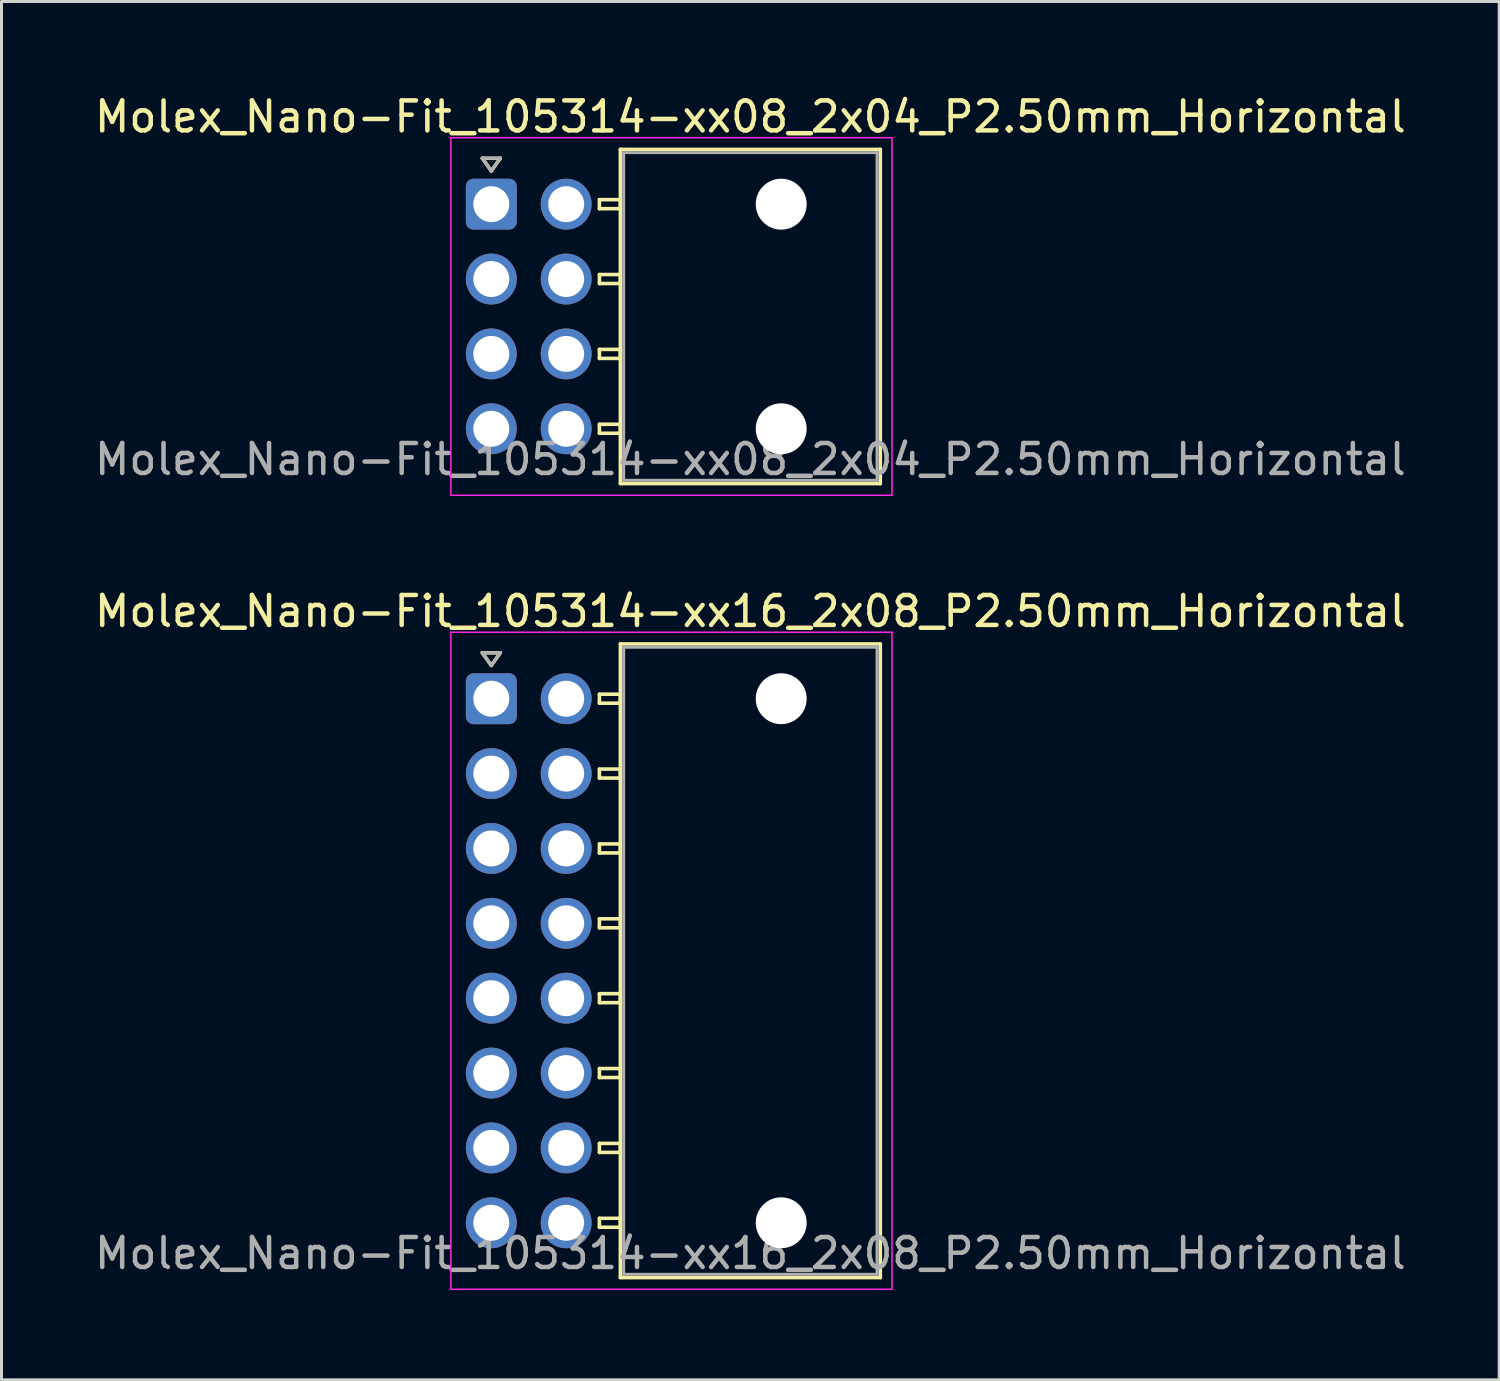
<source format=kicad_pcb>
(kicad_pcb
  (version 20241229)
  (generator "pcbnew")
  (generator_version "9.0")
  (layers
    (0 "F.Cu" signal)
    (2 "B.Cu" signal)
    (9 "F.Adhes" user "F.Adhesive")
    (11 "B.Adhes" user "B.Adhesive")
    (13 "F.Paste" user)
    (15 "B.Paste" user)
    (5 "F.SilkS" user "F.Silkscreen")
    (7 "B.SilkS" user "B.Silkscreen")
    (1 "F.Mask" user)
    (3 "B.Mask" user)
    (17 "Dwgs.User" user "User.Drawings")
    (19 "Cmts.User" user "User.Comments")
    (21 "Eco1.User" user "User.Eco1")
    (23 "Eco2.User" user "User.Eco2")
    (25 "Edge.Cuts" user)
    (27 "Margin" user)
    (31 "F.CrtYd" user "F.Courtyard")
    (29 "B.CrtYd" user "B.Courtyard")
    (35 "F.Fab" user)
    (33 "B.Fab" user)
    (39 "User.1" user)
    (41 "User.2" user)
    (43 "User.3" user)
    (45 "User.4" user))
  (footprint "Molex_Nano-Fit_105314-xx16_2x08_P2.50mm_Horizontal"
    (layer "F.Cu")
    (at 13.356 20.282)
    (property "Reference" "Molex_Nano-Fit_105314-xx16_2x08_P2.50mm_Horizontal" (at 8.65 -2.92 0) (layer "F.SilkS") (effects (font (size 1 1) (thickness 0.15))))
    (attr through_hole)
    (fp_line (start -0.3 -1.534) (end 0 -1.11) (stroke (width 0.12) (type solid)) (layer "F.SilkS"))
    (fp_line (start 0 -1.11) (end 0.3 -1.534) (stroke (width 0.12) (type solid)) (layer "F.SilkS"))
    (fp_line (start 0.3 -1.534) (end -0.3 -1.534) (stroke (width 0.12) (type solid)) (layer "F.SilkS"))
    (fp_line (start 3.61 -0.15) (end 3.61 0.15) (stroke (width 0.12) (type solid)) (layer "F.SilkS"))
    (fp_line (start 3.61 0.15) (end 4.31 0.15) (stroke (width 0.12) (type solid)) (layer "F.SilkS"))
    (fp_line (start 3.61 2.35) (end 3.61 2.65) (stroke (width 0.12) (type solid)) (layer "F.SilkS"))
    (fp_line (start 3.61 2.65) (end 4.31 2.65) (stroke (width 0.12) (type solid)) (layer "F.SilkS"))
    (fp_line (start 3.61 4.85) (end 3.61 5.15) (stroke (width 0.12) (type solid)) (layer "F.SilkS"))
    (fp_line (start 3.61 5.15) (end 4.31 5.15) (stroke (width 0.12) (type solid)) (layer "F.SilkS"))
    (fp_line (start 3.61 7.35) (end 3.61 7.65) (stroke (width 0.12) (type solid)) (layer "F.SilkS"))
    (fp_line (start 3.61 7.65) (end 4.31 7.65) (stroke (width 0.12) (type solid)) (layer "F.SilkS"))
    (fp_line (start 3.61 9.85) (end 3.61 10.15) (stroke (width 0.12) (type solid)) (layer "F.SilkS"))
    (fp_line (start 3.61 10.15) (end 4.31 10.15) (stroke (width 0.12) (type solid)) (layer "F.SilkS"))
    (fp_line (start 3.61 12.35) (end 3.61 12.65) (stroke (width 0.12) (type solid)) (layer "F.SilkS"))
    (fp_line (start 3.61 12.65) (end 4.31 12.65) (stroke (width 0.12) (type solid)) (layer "F.SilkS"))
    (fp_line (start 3.61 14.85) (end 3.61 15.15) (stroke (width 0.12) (type solid)) (layer "F.SilkS"))
    (fp_line (start 3.61 15.15) (end 4.31 15.15) (stroke (width 0.12) (type solid)) (layer "F.SilkS"))
    (fp_line (start 3.61 17.35) (end 3.61 17.65) (stroke (width 0.12) (type solid)) (layer "F.SilkS"))
    (fp_line (start 3.61 17.65) (end 4.31 17.65) (stroke (width 0.12) (type solid)) (layer "F.SilkS"))
    (fp_line (start 4.31 -1.83) (end 4.31 19.33) (stroke (width 0.12) (type solid)) (layer "F.SilkS"))
    (fp_line (start 4.31 -0.15) (end 3.61 -0.15) (stroke (width 0.12) (type solid)) (layer "F.SilkS"))
    (fp_line (start 4.31 0.15) (end 4.31 -0.15) (stroke (width 0.12) (type solid)) (layer "F.SilkS"))
    (fp_line (start 4.31 2.35) (end 3.61 2.35) (stroke (width 0.12) (type solid)) (layer "F.SilkS"))
    (fp_line (start 4.31 2.65) (end 4.31 2.35) (stroke (width 0.12) (type solid)) (layer "F.SilkS"))
    (fp_line (start 4.31 4.85) (end 3.61 4.85) (stroke (width 0.12) (type solid)) (layer "F.SilkS"))
    (fp_line (start 4.31 5.15) (end 4.31 4.85) (stroke (width 0.12) (type solid)) (layer "F.SilkS"))
    (fp_line (start 4.31 7.35) (end 3.61 7.35) (stroke (width 0.12) (type solid)) (layer "F.SilkS"))
    (fp_line (start 4.31 7.65) (end 4.31 7.35) (stroke (width 0.12) (type solid)) (layer "F.SilkS"))
    (fp_line (start 4.31 9.85) (end 3.61 9.85) (stroke (width 0.12) (type solid)) (layer "F.SilkS"))
    (fp_line (start 4.31 10.15) (end 4.31 9.85) (stroke (width 0.12) (type solid)) (layer "F.SilkS"))
    (fp_line (start 4.31 12.35) (end 3.61 12.35) (stroke (width 0.12) (type solid)) (layer "F.SilkS"))
    (fp_line (start 4.31 12.65) (end 4.31 12.35) (stroke (width 0.12) (type solid)) (layer "F.SilkS"))
    (fp_line (start 4.31 14.85) (end 3.61 14.85) (stroke (width 0.12) (type solid)) (layer "F.SilkS"))
    (fp_line (start 4.31 15.15) (end 4.31 14.85) (stroke (width 0.12) (type solid)) (layer "F.SilkS"))
    (fp_line (start 4.31 17.35) (end 3.61 17.35) (stroke (width 0.12) (type solid)) (layer "F.SilkS"))
    (fp_line (start 4.31 17.65) (end 4.31 17.35) (stroke (width 0.12) (type solid)) (layer "F.SilkS"))
    (fp_line (start 4.31 19.33) (end 12.99 19.33) (stroke (width 0.12) (type solid)) (layer "F.SilkS"))
    (fp_line (start 12.99 -1.83) (end 4.31 -1.83) (stroke (width 0.12) (type solid)) (layer "F.SilkS"))
    (fp_line (start 12.99 19.33) (end 12.99 -1.83) (stroke (width 0.12) (type solid)) (layer "F.SilkS"))
    (fp_line (start -1.35 -2.22) (end -1.35 19.72) (stroke (width 0.05) (type solid)) (layer "F.CrtYd"))
    (fp_line (start -1.35 19.72) (end 13.38 19.72) (stroke (width 0.05) (type solid)) (layer "F.CrtYd"))
    (fp_line (start 13.38 -2.22) (end -1.35 -2.22) (stroke (width 0.05) (type solid)) (layer "F.CrtYd"))
    (fp_line (start 13.38 19.72) (end 13.38 -2.22) (stroke (width 0.05) (type solid)) (layer "F.CrtYd"))
    (fp_line (start -0.3 -1.534) (end 0 -1.11) (stroke (width 0.1) (type solid)) (layer "F.Fab"))
    (fp_line (start 0 -1.11) (end 0.3 -1.534) (stroke (width 0.1) (type solid)) (layer "F.Fab"))
    (fp_line (start 0.3 -1.534) (end -0.3 -1.534) (stroke (width 0.1) (type solid)) (layer "F.Fab"))
    (fp_line (start 4.42 -1.72) (end 4.42 19.22) (stroke (width 0.1) (type solid)) (layer "F.Fab"))
    (fp_line (start 4.42 19.22) (end 12.88 19.22) (stroke (width 0.1) (type solid)) (layer "F.Fab"))
    (fp_line (start 12.88 -1.72) (end 4.42 -1.72) (stroke (width 0.1) (type solid)) (layer "F.Fab"))
    (fp_line (start 12.88 19.22) (end 12.88 -1.72) (stroke (width 0.1) (type solid)) (layer "F.Fab"))
    (fp_text user "${REFERENCE}" (at 8.65 18.52 0) (layer "F.Fab") (effects (font (size 1 1) (thickness 0.15))))
    (pad "" np_thru_hole circle (at 9.68 0) (size 1.7 1.7) (drill 1.7) (layers "*.Cu" "*.Mask"))
    (pad "" np_thru_hole circle (at 9.68 17.5) (size 1.7 1.7) (drill 1.7) (layers "*.Cu" "*.Mask"))
    (pad "1" thru_hole roundrect (at 0 0) (size 1.7 1.7) (drill 1.2) (layers "*.Cu" "*.Mask") (roundrect_rratio 0.147))
    (pad "2" thru_hole circle (at 0 2.5) (size 1.7 1.7) (drill 1.2) (layers "*.Cu" "*.Mask"))
    (pad "3" thru_hole circle (at 0 5) (size 1.7 1.7) (drill 1.2) (layers "*.Cu" "*.Mask"))
    (pad "4" thru_hole circle (at 0 7.5) (size 1.7 1.7) (drill 1.2) (layers "*.Cu" "*.Mask"))
    (pad "5" thru_hole circle (at 0 10) (size 1.7 1.7) (drill 1.2) (layers "*.Cu" "*.Mask"))
    (pad "6" thru_hole circle (at 0 12.5) (size 1.7 1.7) (drill 1.2) (layers "*.Cu" "*.Mask"))
    (pad "7" thru_hole circle (at 0 15) (size 1.7 1.7) (drill 1.2) (layers "*.Cu" "*.Mask"))
    (pad "8" thru_hole circle (at 0 17.5) (size 1.7 1.7) (drill 1.2) (layers "*.Cu" "*.Mask"))
    (pad "9" thru_hole circle (at 2.5 0) (size 1.7 1.7) (drill 1.2) (layers "*.Cu" "*.Mask"))
    (pad "10" thru_hole circle (at 2.5 2.5) (size 1.7 1.7) (drill 1.2) (layers "*.Cu" "*.Mask"))
    (pad "11" thru_hole circle (at 2.5 5) (size 1.7 1.7) (drill 1.2) (layers "*.Cu" "*.Mask"))
    (pad "12" thru_hole circle (at 2.5 7.5) (size 1.7 1.7) (drill 1.2) (layers "*.Cu" "*.Mask"))
    (pad "13" thru_hole circle (at 2.5 10) (size 1.7 1.7) (drill 1.2) (layers "*.Cu" "*.Mask"))
    (pad "14" thru_hole circle (at 2.5 12.5) (size 1.7 1.7) (drill 1.2) (layers "*.Cu" "*.Mask"))
    (pad "15" thru_hole circle (at 2.5 15) (size 1.7 1.7) (drill 1.2) (layers "*.Cu" "*.Mask"))
    (pad "16" thru_hole circle (at 2.5 17.5) (size 1.7 1.7) (drill 1.2) (layers "*.Cu" "*.Mask")))
  (footprint "Molex_Nano-Fit_105314-xx08_2x04_P2.50mm_Horizontal"
    (layer "F.Cu")
    (at 13.356 3.768)
    (property "Reference" "Molex_Nano-Fit_105314-xx08_2x04_P2.50mm_Horizontal" (at 8.65 -2.92 0) (layer "F.SilkS") (effects (font (size 1 1) (thickness 0.15))))
    (attr through_hole)
    (fp_line (start -0.3 -1.534) (end 0 -1.11) (stroke (width 0.12) (type solid)) (layer "F.SilkS"))
    (fp_line (start 0 -1.11) (end 0.3 -1.534) (stroke (width 0.12) (type solid)) (layer "F.SilkS"))
    (fp_line (start 0.3 -1.534) (end -0.3 -1.534) (stroke (width 0.12) (type solid)) (layer "F.SilkS"))
    (fp_line (start 3.61 -0.15) (end 3.61 0.15) (stroke (width 0.12) (type solid)) (layer "F.SilkS"))
    (fp_line (start 3.61 0.15) (end 4.31 0.15) (stroke (width 0.12) (type solid)) (layer "F.SilkS"))
    (fp_line (start 3.61 2.35) (end 3.61 2.65) (stroke (width 0.12) (type solid)) (layer "F.SilkS"))
    (fp_line (start 3.61 2.65) (end 4.31 2.65) (stroke (width 0.12) (type solid)) (layer "F.SilkS"))
    (fp_line (start 3.61 4.85) (end 3.61 5.15) (stroke (width 0.12) (type solid)) (layer "F.SilkS"))
    (fp_line (start 3.61 5.15) (end 4.31 5.15) (stroke (width 0.12) (type solid)) (layer "F.SilkS"))
    (fp_line (start 3.61 7.35) (end 3.61 7.65) (stroke (width 0.12) (type solid)) (layer "F.SilkS"))
    (fp_line (start 3.61 7.65) (end 4.31 7.65) (stroke (width 0.12) (type solid)) (layer "F.SilkS"))
    (fp_line (start 4.31 -1.83) (end 4.31 9.33) (stroke (width 0.12) (type solid)) (layer "F.SilkS"))
    (fp_line (start 4.31 -0.15) (end 3.61 -0.15) (stroke (width 0.12) (type solid)) (layer "F.SilkS"))
    (fp_line (start 4.31 0.15) (end 4.31 -0.15) (stroke (width 0.12) (type solid)) (layer "F.SilkS"))
    (fp_line (start 4.31 2.35) (end 3.61 2.35) (stroke (width 0.12) (type solid)) (layer "F.SilkS"))
    (fp_line (start 4.31 2.65) (end 4.31 2.35) (stroke (width 0.12) (type solid)) (layer "F.SilkS"))
    (fp_line (start 4.31 4.85) (end 3.61 4.85) (stroke (width 0.12) (type solid)) (layer "F.SilkS"))
    (fp_line (start 4.31 5.15) (end 4.31 4.85) (stroke (width 0.12) (type solid)) (layer "F.SilkS"))
    (fp_line (start 4.31 7.35) (end 3.61 7.35) (stroke (width 0.12) (type solid)) (layer "F.SilkS"))
    (fp_line (start 4.31 7.65) (end 4.31 7.35) (stroke (width 0.12) (type solid)) (layer "F.SilkS"))
    (fp_line (start 4.31 9.33) (end 12.99 9.33) (stroke (width 0.12) (type solid)) (layer "F.SilkS"))
    (fp_line (start 12.99 -1.83) (end 4.31 -1.83) (stroke (width 0.12) (type solid)) (layer "F.SilkS"))
    (fp_line (start 12.99 9.33) (end 12.99 -1.83) (stroke (width 0.12) (type solid)) (layer "F.SilkS"))
    (fp_line (start -1.35 -2.22) (end -1.35 9.72) (stroke (width 0.05) (type solid)) (layer "F.CrtYd"))
    (fp_line (start -1.35 9.72) (end 13.38 9.72) (stroke (width 0.05) (type solid)) (layer "F.CrtYd"))
    (fp_line (start 13.38 -2.22) (end -1.35 -2.22) (stroke (width 0.05) (type solid)) (layer "F.CrtYd"))
    (fp_line (start 13.38 9.72) (end 13.38 -2.22) (stroke (width 0.05) (type solid)) (layer "F.CrtYd"))
    (fp_line (start -0.3 -1.534) (end 0 -1.11) (stroke (width 0.1) (type solid)) (layer "F.Fab"))
    (fp_line (start 0 -1.11) (end 0.3 -1.534) (stroke (width 0.1) (type solid)) (layer "F.Fab"))
    (fp_line (start 0.3 -1.534) (end -0.3 -1.534) (stroke (width 0.1) (type solid)) (layer "F.Fab"))
    (fp_line (start 4.42 -1.72) (end 4.42 9.22) (stroke (width 0.1) (type solid)) (layer "F.Fab"))
    (fp_line (start 4.42 9.22) (end 12.88 9.22) (stroke (width 0.1) (type solid)) (layer "F.Fab"))
    (fp_line (start 12.88 -1.72) (end 4.42 -1.72) (stroke (width 0.1) (type solid)) (layer "F.Fab"))
    (fp_line (start 12.88 9.22) (end 12.88 -1.72) (stroke (width 0.1) (type solid)) (layer "F.Fab"))
    (fp_text user "${REFERENCE}" (at 8.65 8.52 0) (layer "F.Fab") (effects (font (size 1 1) (thickness 0.15))))
    (pad "" np_thru_hole circle (at 9.68 0) (size 1.7 1.7) (drill 1.7) (layers "*.Cu" "*.Mask"))
    (pad "" np_thru_hole circle (at 9.68 7.5) (size 1.7 1.7) (drill 1.7) (layers "*.Cu" "*.Mask"))
    (pad "1" thru_hole roundrect (at 0 0) (size 1.7 1.7) (drill 1.2) (layers "*.Cu" "*.Mask") (roundrect_rratio 0.147))
    (pad "2" thru_hole circle (at 0 2.5) (size 1.7 1.7) (drill 1.2) (layers "*.Cu" "*.Mask"))
    (pad "3" thru_hole circle (at 0 5) (size 1.7 1.7) (drill 1.2) (layers "*.Cu" "*.Mask"))
    (pad "4" thru_hole circle (at 0 7.5) (size 1.7 1.7) (drill 1.2) (layers "*.Cu" "*.Mask"))
    (pad "5" thru_hole circle (at 2.5 0) (size 1.7 1.7) (drill 1.2) (layers "*.Cu" "*.Mask"))
    (pad "6" thru_hole circle (at 2.5 2.5) (size 1.7 1.7) (drill 1.2) (layers "*.Cu" "*.Mask"))
    (pad "7" thru_hole circle (at 2.5 5) (size 1.7 1.7) (drill 1.2) (layers "*.Cu" "*.Mask"))
    (pad "8" thru_hole circle (at 2.5 7.5) (size 1.7 1.7) (drill 1.2) (layers "*.Cu" "*.Mask")))
  (gr_rect
    (start -3 -3)
    (end 47.012 43.026)
    (stroke (width 0.1) (type default))
    (fill no)
    (layer "Edge.Cuts")))
</source>
